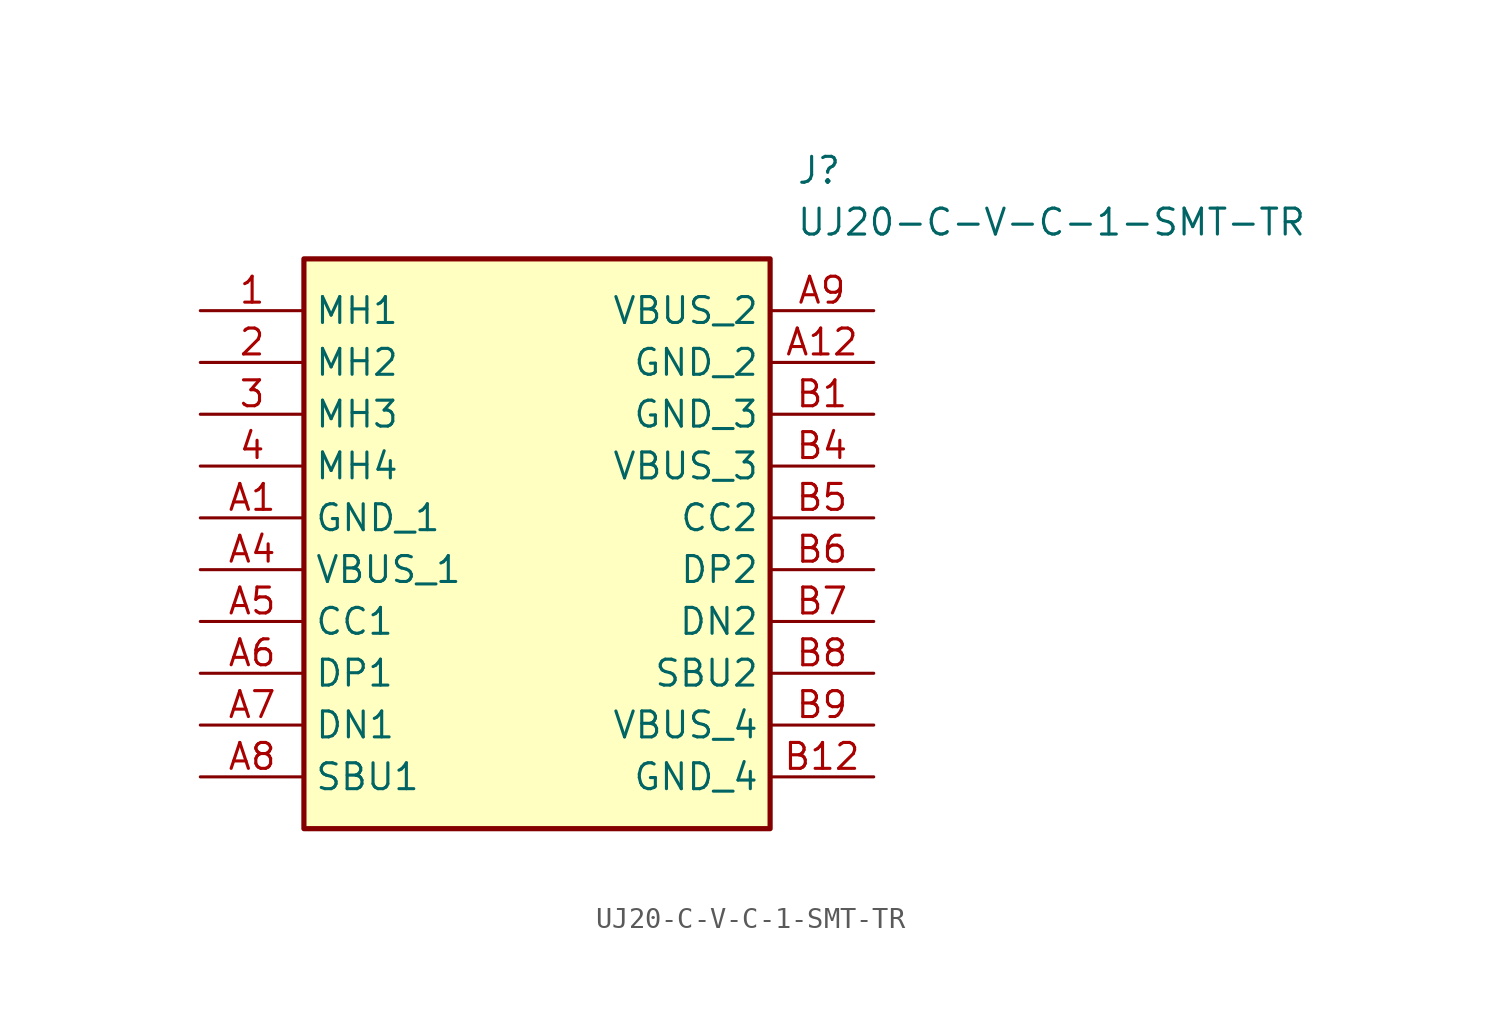
<source format=kicad_sym>
(kicad_symbol_lib
  (version 20211014)
  (generator SamacSys_ECAD_Model)
  (symbol "UJ20-C-V-C-1-SMT-TR"
    (property "Reference" "J"
      (at 29.21 7.62 0)
      (effects (font (size 1.27 1.27)) (justify left top)))
    (property "Value" "UJ20-C-V-C-1-SMT-TR"
      (at 29.21 5.08 0)
      (effects (font (size 1.27 1.27)) (justify left top)))
    (rectangle
      (start 5.08 2.54)
      (end 27.94 -25.4)
      (stroke (width 0.254) (type default))
      (fill (type background)))
    (pin passive line
      (at 0 0 0)
      (length 5.08)
      (name "MH1" (effects (font (size 1.27 1.27))))
      (number "1" (effects (font (size 1.27 1.27)))))
    (pin passive line
      (at 0 -2.54 0)
      (length 5.08)
      (name "MH2" (effects (font (size 1.27 1.27))))
      (number "2" (effects (font (size 1.27 1.27)))))
    (pin passive line
      (at 0 -5.08 0)
      (length 5.08)
      (name "MH3" (effects (font (size 1.27 1.27))))
      (number "3" (effects (font (size 1.27 1.27)))))
    (pin passive line
      (at 0 -7.62 0)
      (length 5.08)
      (name "MH4" (effects (font (size 1.27 1.27))))
      (number "4" (effects (font (size 1.27 1.27)))))
    (pin passive line
      (at 0 -10.16 0)
      (length 5.08)
      (name "GND_1" (effects (font (size 1.27 1.27))))
      (number "A1" (effects (font (size 1.27 1.27)))))
    (pin passive line
      (at 0 -12.7 0)
      (length 5.08)
      (name "VBUS_1" (effects (font (size 1.27 1.27))))
      (number "A4" (effects (font (size 1.27 1.27)))))
    (pin passive line
      (at 0 -15.24 0)
      (length 5.08)
      (name "CC1" (effects (font (size 1.27 1.27))))
      (number "A5" (effects (font (size 1.27 1.27)))))
    (pin passive line
      (at 0 -17.78 0)
      (length 5.08)
      (name "DP1" (effects (font (size 1.27 1.27))))
      (number "A6" (effects (font (size 1.27 1.27)))))
    (pin passive line
      (at 0 -20.32 0)
      (length 5.08)
      (name "DN1" (effects (font (size 1.27 1.27))))
      (number "A7" (effects (font (size 1.27 1.27)))))
    (pin passive line
      (at 0 -22.86 0)
      (length 5.08)
      (name "SBU1" (effects (font (size 1.27 1.27))))
      (number "A8" (effects (font (size 1.27 1.27)))))
    (pin passive line
      (at 33.02 0 180)
      (length 5.08)
      (name "VBUS_2" (effects (font (size 1.27 1.27))))
      (number "A9" (effects (font (size 1.27 1.27)))))
    (pin passive line
      (at 33.02 -2.54 180)
      (length 5.08)
      (name "GND_2" (effects (font (size 1.27 1.27))))
      (number "A12" (effects (font (size 1.27 1.27)))))
    (pin passive line
      (at 33.02 -5.08 180)
      (length 5.08)
      (name "GND_3" (effects (font (size 1.27 1.27))))
      (number "B1" (effects (font (size 1.27 1.27)))))
    (pin passive line
      (at 33.02 -7.62 180)
      (length 5.08)
      (name "VBUS_3" (effects (font (size 1.27 1.27))))
      (number "B4" (effects (font (size 1.27 1.27)))))
    (pin passive line
      (at 33.02 -10.16 180)
      (length 5.08)
      (name "CC2" (effects (font (size 1.27 1.27))))
      (number "B5" (effects (font (size 1.27 1.27)))))
    (pin passive line
      (at 33.02 -12.7 180)
      (length 5.08)
      (name "DP2" (effects (font (size 1.27 1.27))))
      (number "B6" (effects (font (size 1.27 1.27)))))
    (pin passive line
      (at 33.02 -15.24 180)
      (length 5.08)
      (name "DN2" (effects (font (size 1.27 1.27))))
      (number "B7" (effects (font (size 1.27 1.27)))))
    (pin passive line
      (at 33.02 -17.78 180)
      (length 5.08)
      (name "SBU2" (effects (font (size 1.27 1.27))))
      (number "B8" (effects (font (size 1.27 1.27)))))
    (pin passive line
      (at 33.02 -20.32 180)
      (length 5.08)
      (name "VBUS_4" (effects (font (size 1.27 1.27))))
      (number "B9" (effects (font (size 1.27 1.27)))))
    (pin passive line
      (at 33.02 -22.86 180)
      (length 5.08)
      (name "GND_4" (effects (font (size 1.27 1.27))))
      (number "B12" (effects (font (size 1.27 1.27)))))))
</source>
